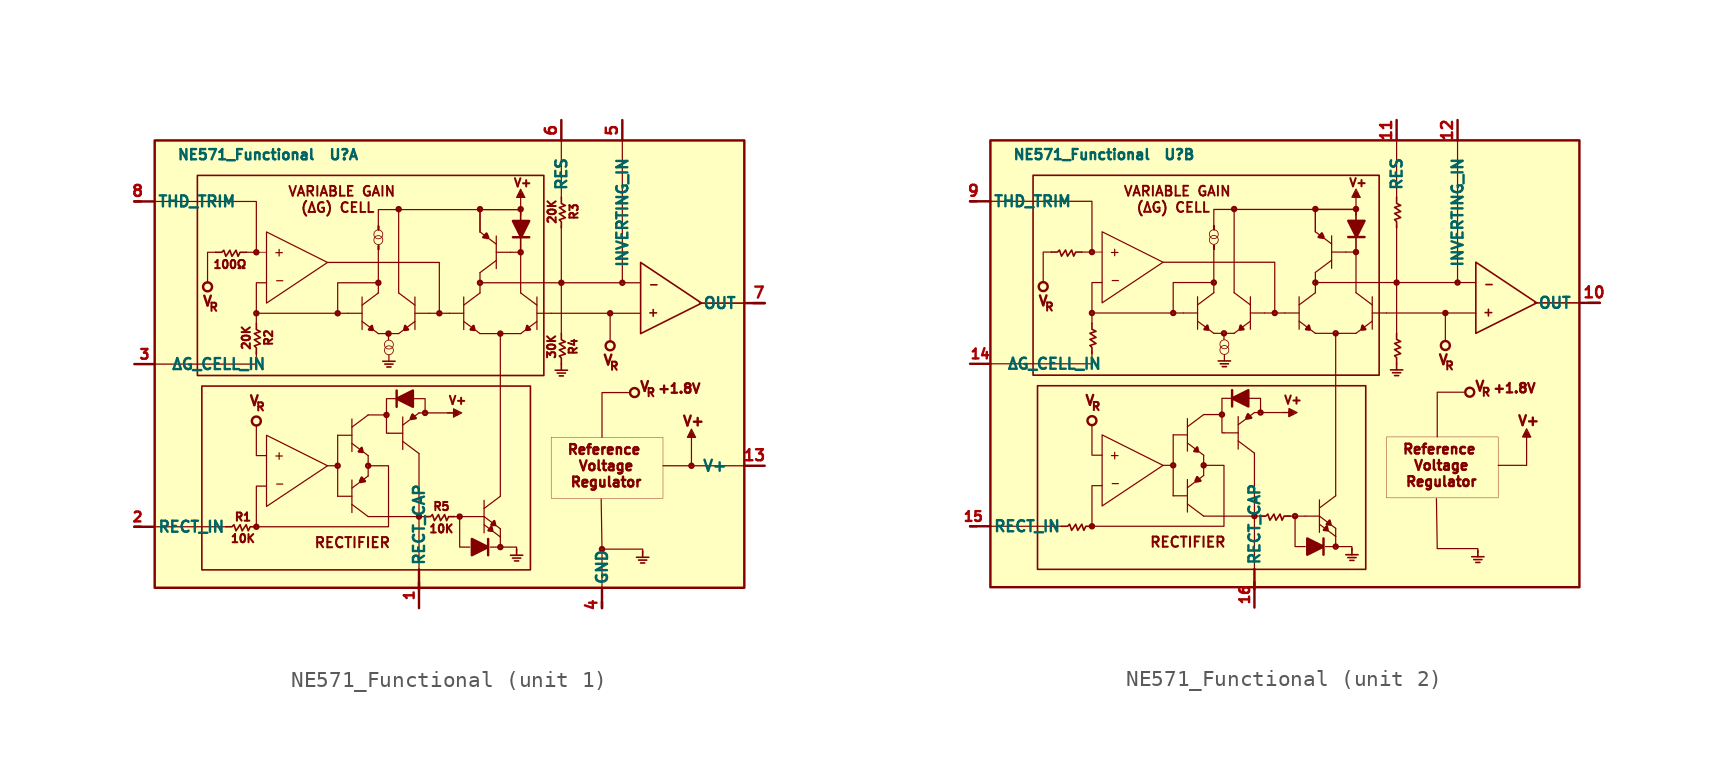
<source format=kicad_sym>
(kicad_symbol_lib
  (version 20220914)
  (generator kicad_symbol_editor)
  (symbol "NE571_Functional"
    (pin_names
      (offset 1.016))
    (property "Reference" "U"
      (at -8.509 15.621 0)
      (effects (font (size 0.635 0.635))))
    (property "Value" "NE571_Functional"
      (at -14.605 15.621 0)
      (effects (font (size 0.635 0.635))))
    (symbol "NE571_Functional_0_0"
      (circle (center -17.018 7.366) (radius 0.279) (stroke (width 0) (type solid)) (fill (type none)))
      (circle (center -13.97 -1.016) (radius 0.279) (stroke (width 0) (type solid)) (fill (type none)))
      (circle (center -6.35 10.287) (radius 0.279) (stroke (width 0.051) (type solid)) (fill (type none)))
      (circle (center -6.35 10.643) (radius 0.279) (stroke (width 0.051) (type solid)) (fill (type none)))
      (circle (center -5.69 3.404) (radius 0.279) (stroke (width 0.051) (type solid)) (fill (type none)))
      (circle (center -5.69 3.759) (radius 0.279) (stroke (width 0.051) (type solid)) (fill (type none)))
      (polyline (pts (xy -21.59 -7.62) (xy -20.32 -7.62)) (stroke (width 0) (type solid)) (fill (type none)))
      (polyline (pts (xy -21.59 -7.62) (xy -15.875 -7.62)) (stroke (width 0.076) (type solid)) (fill (type none)))
      (polyline (pts (xy -14.605 9.525) (xy -13.97 9.525)) (stroke (width 0.076) (type solid)) (fill (type none)))
      (polyline (pts (xy -13.97 5.842) (xy -13.97 5.08)) (stroke (width 0.076) (type solid)) (fill (type none)))
      (polyline (pts (xy -3.81 -11.557) (xy -3.81 -10.287)) (stroke (width 0) (type solid)) (fill (type none)))
      (polyline (pts (xy -2.032 -0.508) (xy -1.524 -0.508)) (stroke (width 0.076) (type solid)) (fill (type none)))
      (polyline (pts (xy 2.54 13.106) (xy 2.54 11.836)) (stroke (width 0.076) (type solid)) (fill (type none)))
      (polyline (pts (xy 5.08 7.62) (xy 5.08 11.176)) (stroke (width 0.076) (type solid)) (fill (type none)))
      (polyline (pts (xy 5.08 12.954) (xy 5.08 16.51)) (stroke (width 0.076) (type solid)) (fill (type none)))
      (polyline (pts (xy 8.128 5.842) (xy 8.128 3.937)) (stroke (width 0.076) (type solid)) (fill (type none)))
      (polyline (pts (xy -20.32 2.54) (xy -13.97 2.54) (xy -13.97 3.302)) (stroke (width 0.076) (type solid)) (fill (type none)))
      (polyline (pts (xy -16.51 9.525) (xy -17.018 9.525) (xy -17.018 7.62)) (stroke (width 0.076) (type solid)) (fill (type none)))
      (polyline (pts (xy 1.27 -8.89) (xy 2.286 -8.89) (xy 2.286 -9.144)) (stroke (width 0.076) (type solid)) (fill (type none)))
      (polyline (pts (xy 7.62 -9.017) (xy 10.16 -9.017) (xy 10.16 -9.271)) (stroke (width 0.076) (type solid)) (fill (type none)))
      (polyline (pts (xy -5.715 -1.778) (xy -5.842 -1.778) (xy -5.842 0.381) (xy -5.207 0.381)) (stroke (width 0.076) (type solid)) (fill (type none)))
      (polyline (pts (xy -4.191 0.381) (xy -3.429 0.381) (xy -3.429 -0.508) (xy -3.81 -0.508)) (stroke (width 0.076) (type solid)) (fill (type none)))
      (rectangle (start 3.15 1.168) (end -17.374 -10.312) (stroke (width 0.102) (type solid)) (fill (type none)))
      (rectangle (start 3.988 14.326) (end -17.653 1.829) (stroke (width 0.102) (type solid)) (fill (type none)))
      (circle (center 8.128 3.683) (radius 0.279) (stroke (width 0) (type solid)) (fill (type none)))
      (circle (center 9.652 0.762) (radius 0.279) (stroke (width 0) (type solid)) (fill (type none)))
      (rectangle (start 11.43 -5.842) (end 4.445 -2.032) (stroke (width 0.025) (type solid)) (fill (type none)))
      (text "(ΔG) CELL" (at -8.89 12.319 0) (effects (font (size 0.61 0.61) bold)))
      (text "+1.8V" (at 12.446 1.016 0) (effects (font (size 0.584 0.584))))
      (text "R" (at -16.637 6.096 0) (effects (font (size 0.508 0.508))))
      (text "R" (at -13.716 -0.127 0) (effects (font (size 0.508 0.508))))
      (text "R" (at 8.382 2.413 0) (effects (font (size 0.508 0.508))))
      (text "R" (at 10.668 0.762 0) (effects (font (size 0.508 0.508))))
      (text "RECTIFIER" (at -7.976 -8.611 0) (effects (font (size 0.635 0.635) bold)))
      (text "Reference" (at 7.747 -2.794 0) (effects (font (size 0.61 0.61))))
      (text "Regulator" (at 7.874 -4.826 0) (effects (font (size 0.61 0.61))))
      (text "V" (at -17.018 6.477 0) (effects (font (size 0.61 0.61))))
      (text "V" (at -14.097 0.254 0) (effects (font (size 0.61 0.61))))
      (text "V" (at 8.001 2.794 0) (effects (font (size 0.61 0.61))))
      (text "V" (at 10.287 1.143 0) (effects (font (size 0.61 0.61))))
      (text "V+" (at -1.397 0.279 0) (effects (font (size 0.508 0.508))))
      (text "V+" (at 2.667 13.868 0) (effects (font (size 0.508 0.508))))
      (text "V+" (at 13.335 -1.016 0) (effects (font (size 0.61 0.61))))
      (text "VARIABLE GAIN" (at -8.636 13.335 0) (effects (font (size 0.61 0.61) bold)))
      (text "Voltage" (at 7.874 -3.81 0) (effects (font (size 0.61 0.61)))))
    (symbol "NE571_Functional_0_1"
      (rectangle (start -20.32 -11.43) (end 16.51 16.51) (stroke (width 0) (type solid)) (fill (type background)))
      (circle (center -13.97 -7.62) (radius 0.127) (stroke (width 0) (type solid)) (fill (type none)))
      (circle (center -13.97 5.715) (radius 0.127) (stroke (width 0) (type solid)) (fill (type none)))
      (circle (center -13.97 9.525) (radius 0.127) (stroke (width 0) (type solid)) (fill (type none)))
      (circle (center -8.89 -3.81) (radius 0.127) (stroke (width 0) (type solid)) (fill (type none)))
      (circle (center -8.89 5.715) (radius 0.127) (stroke (width 0) (type solid)) (fill (type none)))
      (circle (center -6.985 -3.81) (radius 0.127) (stroke (width 0) (type solid)) (fill (type none)))
      (circle (center -6.35 7.62) (radius 0.127) (stroke (width 0) (type solid)) (fill (type none)))
      (circle (center -5.842 -0.635) (radius 0.127) (stroke (width 0) (type solid)) (fill (type none)))
      (circle (center -5.715 4.445) (radius 0.127) (stroke (width 0) (type solid)) (fill (type none)))
      (circle (center -5.08 12.217) (radius 0.127) (stroke (width 0) (type solid)) (fill (type none)))
      (circle (center -3.81 -6.985) (radius 0.127) (stroke (width 0) (type solid)) (fill (type none)))
      (circle (center -3.429 -0.508) (radius 0.127) (stroke (width 0) (type solid)) (fill (type none)))
      (circle (center -2.54 5.715) (radius 0.127) (stroke (width 0) (type solid)) (fill (type none)))
      (circle (center -1.27 -6.985) (radius 0.127) (stroke (width 0) (type solid)) (fill (type none)))
      (polyline (pts (xy -21.59 12.7) (xy -20.32 12.7)) (stroke (width 0) (type solid)) (fill (type none)))
      (polyline (pts (xy -13.335 9.525) (xy -13.97 9.525)) (stroke (width 0.051) (type solid)) (fill (type none)))
      (polyline (pts (xy -12.548 -3.404) (xy -12.548 -2.997)) (stroke (width 0.076) (type solid)) (fill (type none)))
      (polyline (pts (xy -12.548 9.296) (xy -12.548 9.703)) (stroke (width 0.076) (type solid)) (fill (type none)))
      (polyline (pts (xy -12.344 -3.2) (xy -12.751 -3.2)) (stroke (width 0.076) (type solid)) (fill (type none)))
      (polyline (pts (xy -12.344 9.5) (xy -12.751 9.5)) (stroke (width 0.076) (type solid)) (fill (type none)))
      (polyline (pts (xy -12.319 -4.953) (xy -12.7 -4.953)) (stroke (width 0.076) (type solid)) (fill (type none)))
      (polyline (pts (xy -12.319 7.747) (xy -12.7 7.747)) (stroke (width 0.076) (type solid)) (fill (type none)))
      (polyline (pts (xy -9.525 -3.81) (xy -8.89 -3.81)) (stroke (width 0.076) (type solid)) (fill (type none)))
      (polyline (pts (xy -8.89 -1.905) (xy -8.89 -5.715)) (stroke (width 0.076) (type solid)) (fill (type none)))
      (polyline (pts (xy -8.001 -6.731) (xy -8.001 -4.699)) (stroke (width 0.076) (type solid)) (fill (type none)))
      (polyline (pts (xy -8.001 -5.715) (xy -8.89 -5.715)) (stroke (width 0.076) (type solid)) (fill (type none)))
      (polyline (pts (xy -8.001 -1.905) (xy -8.89 -1.905)) (stroke (width 0.076) (type solid)) (fill (type none)))
      (polyline (pts (xy -8.001 -0.889) (xy -8.001 -2.921)) (stroke (width 0.076) (type solid)) (fill (type none)))
      (polyline (pts (xy -7.366 5.715) (xy -8.255 5.715)) (stroke (width 0.076) (type solid)) (fill (type none)))
      (polyline (pts (xy -7.366 6.731) (xy -7.366 4.699)) (stroke (width 0.076) (type solid)) (fill (type none)))
      (polyline (pts (xy -6.985 -6.985) (xy -8.001 -6.223)) (stroke (width 0.076) (type solid)) (fill (type none)))
      (polyline (pts (xy -6.985 -4.445) (xy -8.001 -5.207)) (stroke (width 0.076) (type solid)) (fill (type none)))
      (polyline (pts (xy -6.985 -3.175) (xy -8.001 -2.413)) (stroke (width 0.076) (type solid)) (fill (type none)))
      (polyline (pts (xy -6.985 -3.175) (xy -6.985 -4.445)) (stroke (width 0.076) (type solid)) (fill (type none)))
      (polyline (pts (xy -6.985 -0.635) (xy -8.001 -1.397)) (stroke (width 0.076) (type solid)) (fill (type none)))
      (polyline (pts (xy -6.985 -0.635) (xy -5.842 -0.635)) (stroke (width 0.076) (type solid)) (fill (type none)))
      (polyline (pts (xy -6.35 4.445) (xy -7.366 5.207)) (stroke (width 0.076) (type solid)) (fill (type none)))
      (polyline (pts (xy -6.35 6.985) (xy -7.366 6.223)) (stroke (width 0.076) (type solid)) (fill (type none)))
      (polyline (pts (xy -6.35 6.985) (xy -6.35 9.906)) (stroke (width 0.076) (type solid)) (fill (type none)))
      (polyline (pts (xy -6.35 9.703) (xy -6.35 9.931)) (stroke (width 0.102) (type solid)) (fill (type none)))
      (polyline (pts (xy -6.35 10.947) (xy -6.35 11.176)) (stroke (width 0.102) (type solid)) (fill (type none)))
      (polyline (pts (xy -6.325 9.703) (xy -6.325 9.957)) (stroke (width 0.102) (type solid)) (fill (type none)))
      (polyline (pts (xy -6.325 10.922) (xy -6.325 11.151)) (stroke (width 0.102) (type solid)) (fill (type none)))
      (polyline (pts (xy -6.071 2.718) (xy -5.309 2.718)) (stroke (width 0.102) (type solid)) (fill (type none)))
      (polyline (pts (xy -5.944 2.54) (xy -5.436 2.54)) (stroke (width 0.102) (type solid)) (fill (type none)))
      (polyline (pts (xy -5.817 2.362) (xy -5.563 2.362)) (stroke (width 0.102) (type solid)) (fill (type none)))
      (polyline (pts (xy -5.715 4.445) (xy -5.715 4.064)) (stroke (width 0.076) (type solid)) (fill (type none)))
      (polyline (pts (xy -5.69 2.718) (xy -5.69 3.099)) (stroke (width 0.076) (type solid)) (fill (type none)))
      (polyline (pts (xy -5.08 4.445) (xy -4.064 5.207)) (stroke (width 0.076) (type solid)) (fill (type none)))
      (polyline (pts (xy -5.08 6.985) (xy -4.064 6.223)) (stroke (width 0.076) (type solid)) (fill (type none)))
      (polyline (pts (xy -4.826 -2.794) (xy -4.826 -0.762)) (stroke (width 0.076) (type solid)) (fill (type none)))
      (polyline (pts (xy -4.826 -1.778) (xy -5.715 -1.778)) (stroke (width 0.076) (type solid)) (fill (type none)))
      (polyline (pts (xy -4.064 5.715) (xy -3.175 5.715)) (stroke (width 0.076) (type solid)) (fill (type none)))
      (polyline (pts (xy -4.064 6.731) (xy -4.064 4.699)) (stroke (width 0.076) (type solid)) (fill (type none)))
      (polyline (pts (xy -3.81 -6.985) (xy -3.81 -10.287)) (stroke (width 0.076) (type solid)) (fill (type none)))
      (polyline (pts (xy -3.81 -6.985) (xy -3.175 -6.985)) (stroke (width 0.076) (type solid)) (fill (type none)))
      (polyline (pts (xy -3.81 -3.048) (xy -4.826 -2.286)) (stroke (width 0.076) (type solid)) (fill (type none)))
      (polyline (pts (xy -3.81 -0.508) (xy -4.826 -1.27)) (stroke (width 0.076) (type solid)) (fill (type none)))
      (polyline (pts (xy -3.429 -0.508) (xy -1.524 -0.508)) (stroke (width 0.076) (type solid)) (fill (type none)))
      (polyline (pts (xy -3.175 5.715) (xy -1.905 5.715)) (stroke (width 0.076) (type solid)) (fill (type none)))
      (polyline (pts (xy -1.905 -6.985) (xy -1.27 -6.985)) (stroke (width 0.076) (type solid)) (fill (type none)))
      (polyline (pts (xy -1.016 5.715) (xy -1.905 5.715)) (stroke (width 0.076) (type solid)) (fill (type none)))
      (polyline (pts (xy -1.016 6.731) (xy -1.016 4.699)) (stroke (width 0.076) (type solid)) (fill (type none)))
      (polyline (pts (xy 0 4.445) (xy -1.016 5.207)) (stroke (width 0.076) (type solid)) (fill (type none)))
      (polyline (pts (xy 0 4.445) (xy 2.54 4.445)) (stroke (width 0.076) (type solid)) (fill (type none)))
      (polyline (pts (xy 0 6.985) (xy -1.016 6.223)) (stroke (width 0.076) (type solid)) (fill (type none)))
      (polyline (pts (xy 0 7.62) (xy 10.033 7.62)) (stroke (width 0.076) (type solid)) (fill (type none)))
      (polyline (pts (xy 0 8.255) (xy 0 6.985)) (stroke (width 0.076) (type solid)) (fill (type none)))
      (polyline (pts (xy 0 8.255) (xy 1.016 9.017)) (stroke (width 0.076) (type solid)) (fill (type none)))
      (polyline (pts (xy 0 10.795) (xy 1.016 10.033)) (stroke (width 0.076) (type solid)) (fill (type none)))
      (polyline (pts (xy 0 12.192) (xy 0 10.795)) (stroke (width 0.076) (type solid)) (fill (type none)))
      (polyline (pts (xy 0.254 -6.985) (xy -0.635 -6.985)) (stroke (width 0.076) (type solid)) (fill (type none)))
      (polyline (pts (xy 0.254 -5.969) (xy 0.254 -8.001)) (stroke (width 0.076) (type solid)) (fill (type none)))
      (polyline (pts (xy 1.016 8.509) (xy 1.016 10.541)) (stroke (width 0.076) (type solid)) (fill (type none)))
      (polyline (pts (xy 1.016 9.525) (xy 1.905 9.525)) (stroke (width 0.076) (type solid)) (fill (type none)))
      (polyline (pts (xy 1.27 -8.255) (xy 0.254 -7.493)) (stroke (width 0.076) (type solid)) (fill (type none)))
      (polyline (pts (xy 1.27 -7.747) (xy 0.254 -6.985)) (stroke (width 0.076) (type solid)) (fill (type none)))
      (polyline (pts (xy 1.27 -7.747) (xy 1.27 -8.255)) (stroke (width 0.076) (type solid)) (fill (type none)))
      (polyline (pts (xy 1.27 -5.715) (xy 0.254 -6.477)) (stroke (width 0.076) (type solid)) (fill (type none)))
      (polyline (pts (xy 1.27 4.445) (xy 1.27 -5.715)) (stroke (width 0.076) (type solid)) (fill (type none)))
      (polyline (pts (xy 1.905 -9.398) (xy 2.667 -9.398)) (stroke (width 0.102) (type solid)) (fill (type none)))
      (polyline (pts (xy 1.905 9.525) (xy 2.54 9.525)) (stroke (width 0.076) (type solid)) (fill (type none)))
      (polyline (pts (xy 2.032 -9.576) (xy 2.54 -9.576)) (stroke (width 0.102) (type solid)) (fill (type none)))
      (polyline (pts (xy 2.159 -9.754) (xy 2.413 -9.754)) (stroke (width 0.102) (type solid)) (fill (type none)))
      (polyline (pts (xy 2.286 -9.398) (xy 2.286 -9.017)) (stroke (width 0.102) (type solid)) (fill (type none)))
      (polyline (pts (xy 2.54 4.445) (xy 3.556 5.207)) (stroke (width 0.076) (type solid)) (fill (type none)))
      (polyline (pts (xy 2.54 6.985) (xy 3.556 6.223)) (stroke (width 0.076) (type solid)) (fill (type none)))
      (polyline (pts (xy 2.54 9.525) (xy 2.54 6.985)) (stroke (width 0.076) (type solid)) (fill (type none)))
      (polyline (pts (xy 2.54 9.525) (xy 2.54 12.319)) (stroke (width 0.102) (type solid)) (fill (type none)))
      (polyline (pts (xy 3.556 5.715) (xy 4.445 5.715)) (stroke (width 0.076) (type solid)) (fill (type none)))
      (polyline (pts (xy 3.556 6.731) (xy 3.556 4.699)) (stroke (width 0.076) (type solid)) (fill (type none)))
      (polyline (pts (xy 4.445 5.715) (xy 10.033 5.715)) (stroke (width 0.076) (type solid)) (fill (type none)))
      (polyline (pts (xy 4.699 2.159) (xy 5.461 2.159)) (stroke (width 0.102) (type solid)) (fill (type none)))
      (polyline (pts (xy 4.826 1.981) (xy 5.334 1.981)) (stroke (width 0.102) (type solid)) (fill (type none)))
      (polyline (pts (xy 4.953 1.803) (xy 5.207 1.803)) (stroke (width 0.102) (type solid)) (fill (type none)))
      (polyline (pts (xy 5.08 2.159) (xy 5.08 2.54)) (stroke (width 0.102) (type solid)) (fill (type none)))
      (polyline (pts (xy 5.08 7.62) (xy 5.08 4.445)) (stroke (width 0.076) (type solid)) (fill (type none)))
      (polyline (pts (xy 7.62 -8.992) (xy 7.569 -5.893)) (stroke (width 0.076) (type solid)) (fill (type none)))
      (polyline (pts (xy 8.89 7.62) (xy 8.89 16.51)) (stroke (width 0.076) (type solid)) (fill (type none)))
      (polyline (pts (xy 9.779 -9.525) (xy 10.541 -9.525)) (stroke (width 0.102) (type solid)) (fill (type none)))
      (polyline (pts (xy 9.906 -9.703) (xy 10.414 -9.703)) (stroke (width 0.102) (type solid)) (fill (type none)))
      (polyline (pts (xy 10.033 -9.881) (xy 10.287 -9.881)) (stroke (width 0.102) (type solid)) (fill (type none)))
      (polyline (pts (xy 10.16 -9.525) (xy 10.16 -9.144)) (stroke (width 0.102) (type solid)) (fill (type none)))
      (polyline (pts (xy 10.82 5.944) (xy 10.82 5.537)) (stroke (width 0.102) (type solid)) (fill (type none)))
      (polyline (pts (xy 11.024 5.74) (xy 10.617 5.74)) (stroke (width 0.102) (type solid)) (fill (type none)))
      (polyline (pts (xy 11.049 7.493) (xy 10.668 7.493)) (stroke (width 0.102) (type solid)) (fill (type none)))
      (polyline (pts (xy 13.208 -3.81) (xy 11.43 -3.81)) (stroke (width 0.076) (type solid)) (fill (type none)))
      (polyline (pts (xy 13.208 -3.81) (xy 13.208 -2.032)) (stroke (width 0.076) (type solid)) (fill (type none)))
      (polyline (pts (xy 16.51 6.35) (xy 13.716 6.35)) (stroke (width 0.102) (type solid)) (fill (type none)))
      (polyline (pts (xy 17.78 6.35) (xy 16.51 6.35)) (stroke (width 0) (type solid)) (fill (type none)))
      (polyline (pts (xy -20.32 12.7) (xy -13.97 12.7) (xy -13.97 9.525)) (stroke (width 0.076) (type solid)) (fill (type none)))
      (polyline (pts (xy -13.335 -5.08) (xy -13.97 -5.08) (xy -13.97 -7.62)) (stroke (width 0.076) (type solid)) (fill (type none)))
      (polyline (pts (xy -13.335 -3.175) (xy -13.97 -3.175) (xy -13.97 -1.27)) (stroke (width 0.076) (type solid)) (fill (type none)))
      (polyline (pts (xy -9.525 8.89) (xy -2.54 8.89) (xy -2.54 5.715)) (stroke (width 0.076) (type solid)) (fill (type none)))
      (polyline (pts (xy -6.985 -6.985) (xy -3.81 -6.985) (xy -3.81 -3.048)) (stroke (width 0.076) (type solid)) (fill (type none)))
      (polyline (pts (xy -6.35 4.445) (xy -5.715 4.445) (xy -5.08 4.445)) (stroke (width 0.076) (type solid)) (fill (type none)))
      (polyline (pts (xy 0.635 -8.89) (xy 1.27 -8.89) (xy 1.27 -8.255)) (stroke (width 0.076) (type solid)) (fill (type none)))
      (polyline (pts (xy 9.271 0.762) (xy 7.62 0.762) (xy 7.62 -2.032)) (stroke (width 0.076) (type solid)) (fill (type none)))
      (polyline (pts (xy -13.97 -7.62) (xy -5.715 -7.62) (xy -5.715 -3.81) (xy -6.985 -3.81)) (stroke (width 0.076) (type solid)) (fill (type none)))
      (polyline (pts (xy -13.335 -6.35) (xy -13.335 -1.905) (xy -9.525 -3.81) (xy -13.335 -6.35)) (stroke (width 0.076) (type solid)) (fill (type none)))
      (polyline (pts (xy -13.335 6.35) (xy -13.335 10.795) (xy -9.525 8.89) (xy -13.335 6.35)) (stroke (width 0.076) (type solid)) (fill (type none)))
      (polyline (pts (xy -8.89 5.715) (xy -13.97 5.715) (xy -13.97 7.62) (xy -13.335 7.62)) (stroke (width 0.076) (type solid)) (fill (type none)))
      (polyline (pts (xy -7.493 -4.775) (xy -7.391 -4.547) (xy -7.188 -4.775) (xy -7.468 -4.826)) (stroke (width 0) (type solid)) (fill (type none)))
      (polyline (pts (xy -7.341 -2.946) (xy -7.569 -2.921) (xy -7.391 -2.692) (xy -7.341 -2.896)) (stroke (width 0) (type solid)) (fill (type none)))
      (polyline (pts (xy -6.706 4.674) (xy -6.934 4.699) (xy -6.756 4.928) (xy -6.706 4.724)) (stroke (width 0) (type solid)) (fill (type none)))
      (polyline (pts (xy -6.35 7.62) (xy -8.89 7.62) (xy -8.89 5.715) (xy -8.255 5.715)) (stroke (width 0.076) (type solid)) (fill (type none)))
      (polyline (pts (xy -4.724 4.674) (xy -4.496 4.699) (xy -4.674 4.928) (xy -4.724 4.724)) (stroke (width 0) (type solid)) (fill (type none)))
      (polyline (pts (xy -4.318 -0.838) (xy -4.216 -0.61) (xy -4.013 -0.838) (xy -4.293 -0.889)) (stroke (width 0) (type solid)) (fill (type none)))
      (polyline (pts (xy -0.635 -6.985) (xy -1.27 -6.985) (xy -1.27 -8.89) (xy -0.635 -8.89)) (stroke (width 0.076) (type solid)) (fill (type none)))
      (polyline (pts (xy -0.356 4.674) (xy -0.584 4.699) (xy -0.406 4.928) (xy -0.356 4.724)) (stroke (width 0) (type solid)) (fill (type none)))
      (polyline (pts (xy 0.508 10.465) (xy 0.406 10.693) (xy 0.203 10.465) (xy 0.483 10.414)) (stroke (width 0) (type solid)) (fill (type none)))
      (polyline (pts (xy 0.762 -7.874) (xy 0.533 -7.849) (xy 0.711 -7.62) (xy 0.762 -7.823)) (stroke (width 0) (type solid)) (fill (type none)))
      (polyline (pts (xy 0.94 -7.518) (xy 0.711 -7.493) (xy 0.889 -7.264) (xy 0.94 -7.468)) (stroke (width 0) (type solid)) (fill (type none)))
      (polyline (pts (xy 2.54 12.192) (xy -5.207 12.192) (xy -5.08 12.192) (xy -5.08 6.985)) (stroke (width 0.076) (type solid)) (fill (type none)))
      (polyline (pts (xy 2.54 12.192) (xy -0.127 12.192) (xy 0 12.319) (xy 0 10.795)) (stroke (width 0.076) (type solid)) (fill (type none)))
      (polyline (pts (xy 2.896 4.674) (xy 3.124 4.699) (xy 2.946 4.928) (xy 2.896 4.724)) (stroke (width 0) (type solid)) (fill (type none)))
      (polyline (pts (xy 10.033 8.89) (xy 10.033 4.445) (xy 13.843 6.35) (xy 10.033 8.89)) (stroke (width 0.102) (type solid)) (fill (type none)))
      (polyline (pts (xy -5.08 12.192) (xy -5.08 12.319) (xy -5.08 12.192) (xy -6.35 12.192) (xy -6.35 10.922)) (stroke (width 0.076) (type solid)) (fill (type none)))
      (polyline (pts (xy -1.651 -0.254) (xy -1.651 -0.762) (xy -1.143 -0.508) (xy -1.651 -0.254) (xy -1.397 -0.508) (xy -1.651 -0.762) (xy -1.651 -0.508)) (stroke (width 0.076) (type solid)) (fill (type none)))
      (polyline (pts (xy 2.286 12.954) (xy 2.794 12.954) (xy 2.54 13.462) (xy 2.286 12.954) (xy 2.54 13.208) (xy 2.794 12.954) (xy 2.54 12.954)) (stroke (width 0.076) (type solid)) (fill (type none)))
      (polyline (pts (xy 12.954 -2.032) (xy 13.462 -2.032) (xy 13.208 -1.524) (xy 12.954 -2.032) (xy 13.208 -1.778) (xy 13.462 -2.032) (xy 13.208 -2.032)) (stroke (width 0.076) (type solid)) (fill (type none)))
      (polyline (pts (xy -16.51 9.525) (xy -16.129 9.525) (xy -16.002 9.652) (xy -15.875 9.271) (xy -15.621 9.652) (xy -15.494 9.271) (xy -15.24 9.652) (xy -15.113 9.271) (xy -14.986 9.525) (xy -14.605 9.525)) (stroke (width 0.102) (type solid)) (fill (type none)))
      (polyline (pts (xy -15.875 -7.62) (xy -15.494 -7.62) (xy -15.367 -7.493) (xy -15.24 -7.874) (xy -14.986 -7.493) (xy -14.859 -7.874) (xy -14.605 -7.493) (xy -14.478 -7.874) (xy -14.351 -7.62) (xy -13.97 -7.62)) (stroke (width 0.102) (type solid)) (fill (type none)))
      (polyline (pts (xy -13.97 3.175) (xy -13.97 3.556) (xy -14.097 3.683) (xy -13.716 3.81) (xy -14.097 4.064) (xy -13.716 4.191) (xy -14.097 4.445) (xy -13.716 4.572) (xy -13.97 4.699) (xy -13.97 5.08)) (stroke (width 0.102) (type solid)) (fill (type none)))
      (polyline (pts (xy -3.48 -6.985) (xy -3.099 -6.985) (xy -2.972 -6.858) (xy -2.845 -7.239) (xy -2.591 -6.858) (xy -2.464 -7.239) (xy -2.21 -6.858) (xy -2.083 -7.239) (xy -1.956 -6.985) (xy -1.575 -6.985)) (stroke (width 0.102) (type solid)) (fill (type none)))
      (polyline (pts (xy 5.08 2.54) (xy 5.08 2.921) (xy 4.953 3.048) (xy 5.334 3.175) (xy 4.953 3.429) (xy 5.334 3.556) (xy 4.953 3.81) (xy 5.334 3.937) (xy 5.08 4.064) (xy 5.08 4.445)) (stroke (width 0.102) (type solid)) (fill (type none)))
      (polyline (pts (xy 5.08 11.049) (xy 5.08 11.43) (xy 4.953 11.557) (xy 5.334 11.684) (xy 4.953 11.938) (xy 5.334 12.065) (xy 4.953 12.319) (xy 5.334 12.446) (xy 5.08 12.573) (xy 5.08 12.954)) (stroke (width 0.102) (type solid)) (fill (type none)))
      (polyline (pts (xy -1.27 -0.508) (xy -1.651 -0.508) (xy -1.524 -0.635) (xy -1.397 -0.508) (xy -1.651 -0.381) (xy -1.397 -0.635) (xy -1.397 -0.508) (xy -1.524 -0.381) (xy -1.27 -0.508) (xy -1.651 -0.635) (xy -1.397 -0.508) (xy -1.651 -0.635) (xy -1.651 -0.762) (xy -1.651 -0.381)) (stroke (width 0.076) (type solid)) (fill (type none)))
      (polyline (pts (xy 2.54 13.335) (xy 2.54 12.954) (xy 2.667 13.081) (xy 2.54 13.208) (xy 2.413 12.954) (xy 2.667 13.208) (xy 2.54 13.208) (xy 2.413 13.081) (xy 2.54 13.335) (xy 2.667 12.954) (xy 2.54 13.208) (xy 2.667 12.954) (xy 2.794 12.954) (xy 2.413 12.954)) (stroke (width 0.076) (type solid)) (fill (type none)))
      (polyline (pts (xy 13.208 -1.651) (xy 13.208 -2.032) (xy 13.335 -1.905) (xy 13.208 -1.778) (xy 13.081 -2.032) (xy 13.335 -1.778) (xy 13.208 -1.778) (xy 13.081 -1.905) (xy 13.208 -1.651) (xy 13.335 -2.032) (xy 13.208 -1.778) (xy 13.335 -2.032) (xy 13.462 -2.032) (xy 13.081 -2.032)) (stroke (width 0.076) (type solid)) (fill (type none)))
      (polyline (pts (xy -5.207 0.889) (xy -5.207 -0.127) (xy -5.207 0.381) (xy -4.191 0.889) (xy -4.191 -0.127) (xy -5.207 0.381) (xy -4.191 0.635) (xy -4.953 0.381) (xy -4.191 0.127) (xy -4.445 0.635) (xy -4.699 0.127) (xy -4.191 0.889) (xy -4.445 0.127) (xy -4.191 -0.127) (xy -4.445 0.381) (xy -4.699 0.381) (xy -4.445 0.127)) (stroke (width 0) (type solid)) (fill (type none)))
      (polyline (pts (xy 0.508 -9.398) (xy 0.508 -8.382) (xy 0.508 -8.89) (xy -0.508 -9.398) (xy -0.508 -8.382) (xy 0.508 -8.89) (xy -0.508 -9.144) (xy 0.254 -8.89) (xy -0.508 -8.636) (xy -0.254 -9.144) (xy 0 -8.636) (xy -0.508 -9.398) (xy -0.254 -8.636) (xy -0.508 -8.382) (xy -0.254 -8.89) (xy 0 -8.89) (xy -0.254 -8.636)) (stroke (width 0) (type solid)) (fill (type none)))
      (polyline (pts (xy 2.057 10.465) (xy 3.073 10.465) (xy 2.565 10.465) (xy 2.057 11.481) (xy 3.073 11.481) (xy 2.565 10.465) (xy 2.311 11.481) (xy 2.565 10.719) (xy 2.819 11.481) (xy 2.311 11.227) (xy 2.819 10.973) (xy 2.057 11.481) (xy 2.819 11.227) (xy 3.073 11.481) (xy 2.565 11.227) (xy 2.565 10.973) (xy 2.819 11.227)) (stroke (width 0) (type solid)) (fill (type none)))
      (circle (center 0 7.62) (radius 0.127) (stroke (width 0) (type solid)) (fill (type none)))
      (circle (center 0 12.217) (radius 0.127) (stroke (width 0) (type solid)) (fill (type none)))
      (circle (center 1.27 -8.89) (radius 0.127) (stroke (width 0) (type solid)) (fill (type none)))
      (circle (center 1.27 4.445) (radius 0.127) (stroke (width 0) (type solid)) (fill (type none)))
      (circle (center 2.54 9.525) (radius 0.127) (stroke (width 0) (type solid)) (fill (type none)))
      (circle (center 2.54 12.217) (radius 0.127) (stroke (width 0) (type solid)) (fill (type none)))
      (circle (center 5.08 7.62) (radius 0.127) (stroke (width 0) (type solid)) (fill (type none)))
      (circle (center 8.128 5.715) (radius 0.127) (stroke (width 0) (type solid)) (fill (type none)))
      (circle (center 8.89 7.62) (radius 0.127) (stroke (width 0) (type solid)) (fill (type none))))
    (symbol "NE571_Functional_1_0"
      (polyline (pts (xy 7.62 -12.7) (xy 7.62 -11.43)) (stroke (width 0) (type solid)) (fill (type none)))
      (polyline (pts (xy 16.51 -3.81) (xy 13.208 -3.81)) (stroke (width 0.076) (type solid)) (fill (type none)))
      (text "100Ω" (at -15.621 8.763 0) (effects (font (size 0.508 0.508))))
      (text "10K" (at -14.808 -8.357 0) (effects (font (size 0.508 0.508))))
      (text "10K" (at -2.413 -7.747 0) (effects (font (size 0.508 0.508))))
      (text "20K" (at -14.605 4.191 900) (effects (font (size 0.508 0.508))))
      (text "20K" (at 4.496 12.065 900) (effects (font (size 0.508 0.508))))
      (text "30K" (at 4.47 3.632 900) (effects (font (size 0.508 0.508))))
      (text "R1" (at -14.808 -7.01 0) (effects (font (size 0.508 0.508))))
      (text "R2" (at -13.208 4.191 900) (effects (font (size 0.508 0.508))))
      (text "R3" (at 5.867 12.065 900) (effects (font (size 0.508 0.508))))
      (text "R4" (at 5.817 3.632 900) (effects (font (size 0.508 0.508))))
      (text "R5" (at -2.413 -6.35 0) (effects (font (size 0.508 0.508)))))
    (symbol "NE571_Functional_1_1"
      (polyline (pts (xy 7.62 -11.43) (xy 7.62 -8.89)) (stroke (width 0.076) (type solid)) (fill (type none)))
      (circle (center 7.62 -9.017) (radius 0.127) (stroke (width 0) (type solid)) (fill (type none)))
      (circle (center 13.208 -3.81) (radius 0.127) (stroke (width 0) (type solid)) (fill (type none)))
      (pin output line (at -3.81 -12.7 90) (length 1.6) (name "RECT_CAP" (effects (font (size 0.686 0.686)))) (number "1" (effects (font (size 0.61 0.61)))))
      (pin power_in line (at 17.78 -3.81 180) (length 1.27) (name "V+" (effects (font (size 0.686 0.686)))) (number "13" (effects (font (size 0.686 0.686)))))
      (pin input line (at -21.59 -7.62 0) (length 0.406) (name "RECT_IN" (effects (font (size 0.686 0.686)))) (number "2" (effects (font (size 0.61 0.61)))))
      (pin input line (at -21.59 2.54 0) (length 1.27) (name "ΔG_CELL_IN" (effects (font (size 0.686 0.686)))) (number "3" (effects (font (size 0.61 0.61)))))
      (pin power_in line (at 7.62 -12.7 90) (length 0.406) (name "GND" (effects (font (size 0.686 0.686)))) (number "4" (effects (font (size 0.686 0.686)))))
      (pin input line (at 8.89 17.78 270) (length 1.27) (name "INVERTING_IN" (effects (font (size 0.686 0.686)))) (number "5" (effects (font (size 0.686 0.686)))))
      (pin input line (at 5.08 17.78 270) (length 1.27) (name "RES" (effects (font (size 0.686 0.686)))) (number "6" (effects (font (size 0.686 0.686)))))
      (pin output line (at 17.78 6.35 180) (length 0.711) (name "OUT" (effects (font (size 0.686 0.686)))) (number "7" (effects (font (size 0.686 0.686)))))
      (pin input line (at -21.59 12.7 0) (length 0.406) (name "THD_TRIM" (effects (font (size 0.686 0.686)))) (number "8" (effects (font (size 0.686 0.686))))))
    (symbol "NE571_Functional_2_1"
      (pin output line (at 17.78 6.35 180) (length 0.711) (name "OUT" (effects (font (size 0.686 0.686)))) (number "10" (effects (font (size 0.686 0.686)))))
      (pin input line (at 5.08 17.78 270) (length 1.27) (name "RES" (effects (font (size 0.686 0.686)))) (number "11" (effects (font (size 0.686 0.686)))))
      (pin input line (at 8.89 17.78 270) (length 1.27) (name "INVERTING_IN" (effects (font (size 0.686 0.686)))) (number "12" (effects (font (size 0.686 0.686)))))
      (pin input line (at -21.59 2.54 0) (length 1.27) (name "ΔG_CELL_IN" (effects (font (size 0.686 0.686)))) (number "14" (effects (font (size 0.61 0.61)))))
      (pin input line (at -21.59 -7.62 0) (length 0.406) (name "RECT_IN" (effects (font (size 0.686 0.686)))) (number "15" (effects (font (size 0.61 0.61)))))
      (pin output line (at -3.81 -12.7 90) (length 1.6) (name "RECT_CAP" (effects (font (size 0.686 0.686)))) (number "16" (effects (font (size 0.61 0.61)))))
      (pin input line (at -21.59 12.7 0) (length 0.406) (name "THD_TRIM" (effects (font (size 0.686 0.686)))) (number "9" (effects (font (size 0.686 0.686))))))))
</source>
